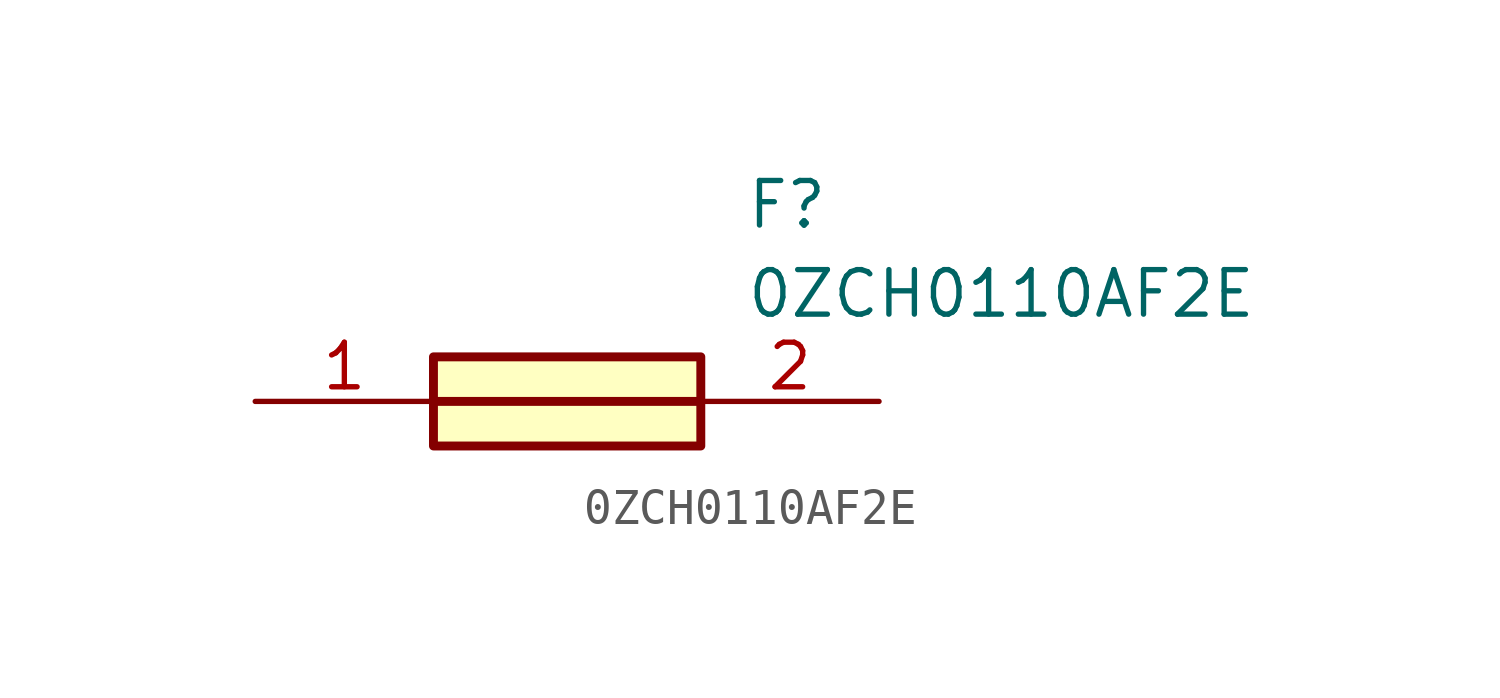
<source format=kicad_sym>
(kicad_symbol_lib
  (version 20211014)
  (generator SamacSys_ECAD_Model)
  (symbol "0ZCH0110AF2E"
    (pin_names hide)
    (property "Reference" "F"
      (at 13.97 6.35 0)
      (effects (font (size 1.27 1.27)) (justify left top)))
    (property "Value" "0ZCH0110AF2E"
      (at 13.97 3.81 0)
      (effects (font (size 1.27 1.27)) (justify left top)))
    (rectangle
      (start 5.08 1.27)
      (end 12.7 -1.27)
      (stroke (width 0.254) (type default))
      (fill (type background)))
    (polyline
      (pts (xy 5.08 0) (xy 12.7 0))
      (stroke (width 0.254) (type default))
      (fill (type none)))
    (pin passive line
      (at 0 0 0)
      (length 5.08)
      (name "1" (effects (font (size 1.27 1.27))))
      (number "1" (effects (font (size 1.27 1.27)))))
    (pin passive line
      (at 17.78 0 180)
      (length 5.08)
      (name "2" (effects (font (size 1.27 1.27))))
      (number "2" (effects (font (size 1.27 1.27)))))))
</source>
